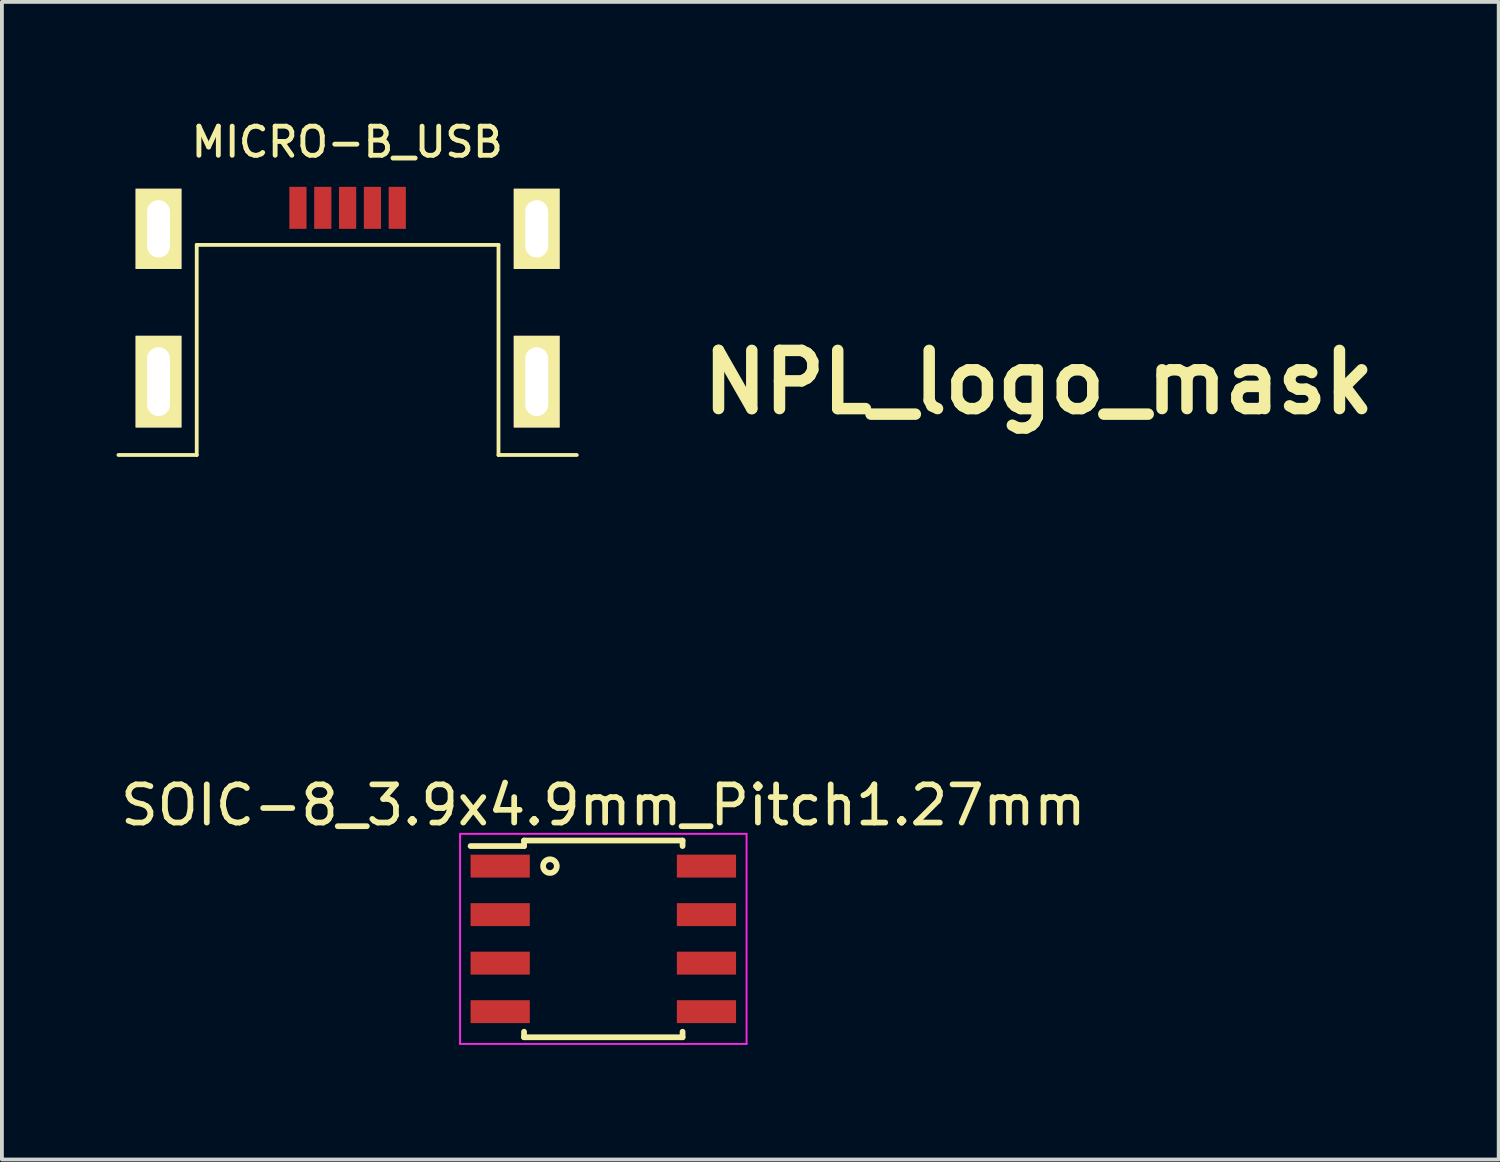
<source format=kicad_pcb>
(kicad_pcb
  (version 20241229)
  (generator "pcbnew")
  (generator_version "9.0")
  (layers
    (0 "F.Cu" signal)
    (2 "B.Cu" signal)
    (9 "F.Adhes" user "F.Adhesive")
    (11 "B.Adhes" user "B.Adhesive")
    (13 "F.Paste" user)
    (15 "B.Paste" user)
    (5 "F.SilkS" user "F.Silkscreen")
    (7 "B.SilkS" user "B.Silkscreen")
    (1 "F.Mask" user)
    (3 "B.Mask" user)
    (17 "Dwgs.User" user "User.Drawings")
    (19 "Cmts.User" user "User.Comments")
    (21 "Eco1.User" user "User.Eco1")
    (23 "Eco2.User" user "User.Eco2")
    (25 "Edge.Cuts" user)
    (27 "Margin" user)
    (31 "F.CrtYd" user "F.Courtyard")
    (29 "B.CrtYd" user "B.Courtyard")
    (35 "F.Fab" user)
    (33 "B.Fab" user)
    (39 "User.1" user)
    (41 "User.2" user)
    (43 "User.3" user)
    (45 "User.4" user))
  (footprint "MICRO-B_USB"
    (layer "F.Cu")
    (at 6.05 2.391)
    (property "Reference" "MICRO-B_USB" (at -0.01 -1.722 0) (layer "F.SilkS") (effects (font (size 0.762 0.762) (thickness 0.127))))
    (attr through_hole)
    (fp_line (start -6 6.47) (end -3.95 6.47) (stroke (width 0.099) (type solid)) (layer "F.SilkS"))
    (fp_line (start -3.95 0.97) (end 3.95 0.97) (stroke (width 0.099) (type solid)) (layer "F.SilkS"))
    (fp_line (start -3.95 6.47) (end -3.95 0.97) (stroke (width 0.099) (type solid)) (layer "F.SilkS"))
    (fp_line (start 3.95 0.97) (end 3.95 6.47) (stroke (width 0.099) (type solid)) (layer "F.SilkS"))
    (fp_line (start 3.95 6.47) (end 6 6.47) (stroke (width 0.099) (type solid)) (layer "F.SilkS"))
    (pad "1" smd rect (at -1.3 0) (size 0.45 1.1) (layers "F.Cu" "F.Mask" "F.Paste"))
    (pad "2" smd rect (at -0.65 0) (size 0.45 1.1) (layers "F.Cu" "F.Mask" "F.Paste"))
    (pad "3" smd rect (at 0 0) (size 0.45 1.1) (layers "F.Cu" "F.Mask" "F.Paste"))
    (pad "4" smd rect (at 0.65 0) (size 0.45 1.1) (layers "F.Cu" "F.Mask" "F.Paste"))
    (pad "5" smd rect (at 1.3 0) (size 0.45 1.1) (layers "F.Cu" "F.Mask" "F.Paste"))
    (pad "6" thru_hole rect (at -4.95 0.55) (size 1.2 2.1) (drill oval 0.6 1.5) (layers "*.Cu" "*.Mask" "F.SilkS"))
    (pad "6" thru_hole rect (at -4.95 4.55) (size 1.2 2.4) (drill oval 0.6 1.8) (layers "*.Cu" "*.Mask" "F.SilkS"))
    (pad "6" thru_hole rect (at 4.95 0.55) (size 1.2 2.1) (drill oval 0.6 1.5) (layers "*.Cu" "*.Mask" "F.SilkS"))
    (pad "6" thru_hole rect (at 4.95 4.55) (size 1.2 2.4) (drill oval 0.6 1.8) (layers "*.Cu" "*.Mask" "F.SilkS")))
  (footprint "NPL_logo_mask"
    (layer "F.Cu")
    (at 24.142 6.957)
    (property "Reference" "NPL_logo_mask" (at 0 0 0) (layer "F.SilkS") (effects (font (size 1.524 1.524) (thickness 0.3))))
    (attr through_hole)
    (fp_poly (pts (xy -3.79 -5.525) (xy -3.909 -4.993) (xy -4.188 -4.667) (xy -4.775 -4.321) (xy -5.056 -4.4) (xy -5.08 -4.545) (xy -4.907 -4.906) (xy -4.49 -5.403) (xy -4.481 -5.411) (xy -4.064 -5.793) (xy -3.874 -5.802) (xy -3.79 -5.525)) (stroke (width 0.01) (type solid)) (fill yes) (layer "F.Mask"))
    (fp_poly (pts (xy 7.219 7.219) (xy -6.952 7.219) (xy -6.952 5.97) (xy -1.042 5.97) (xy -0.983 6.121) (xy -0.828 6.149) (xy -0.823 6.149) (xy -0.584 5.922) (xy -0.319 5.364) (xy -0.28 5.253) (xy 0.017 4.634) (xy 0.458 4.002) (xy 0.928 3.488) (xy 1.314 3.224) (xy 1.46 3.242) (xy 1.461 3.547) (xy 1.327 4.189) (xy 1.197 4.656) (xy 0.971 5.657) (xy 0.999 6.258) (xy 1.259 6.429) (xy 1.729 6.139) (xy 2.031 5.82) (xy 2.368 5.416) (xy 2.357 5.372) (xy 2.028 5.619) (xy 1.686 5.852) (xy 1.613 5.73) (xy 1.739 5.214) (xy 1.933 4.249) (xy 1.949 3.877) (xy 2.596 3.877) (xy 3.807 2.807) (xy 3.615 4.478) (xy 3.548 5.368) (xy 3.572 5.965) (xy 3.663 6.149) (xy 3.97 5.971) (xy 4.494 5.513) (xy 4.86 5.147) (xy 5.657 4.229) (xy 6.147 3.479) (xy 6.288 2.971) (xy 6.229 2.843) (xy 5.863 2.679) (xy 5.647 2.992) (xy 5.615 3.327) (xy 5.442 3.964) (xy 5.019 4.655) (xy 4.955 4.731) (xy 4.295 5.481) (xy 4.286 4.077) (xy 4.255 3.25) (xy 4.141 2.827) (xy 3.896 2.683) (xy 3.753 2.674) (xy 3.235 2.891) (xy 2.912 3.275) (xy 2.596 3.877) (xy 1.949 3.877) (xy 1.968 3.422) (xy 1.845 2.88) (xy 1.715 2.758) (xy 1.355 2.865) (xy 0.832 3.256) (xy 0.715 3.368) (xy 0.005 4.078) (xy 0.401 2.774) (xy 0.68 1.787) (xy 0.772 1.215) (xy 0.67 0.971) (xy 0.369 0.967) (xy 0.286 0.987) (xy -0.078 1.242) (xy -0.095 1.475) (xy -0.099 1.888) (xy -0.232 2.659) (xy -0.467 3.633) (xy -0.515 3.805) (xy -0.821 4.91) (xy -0.992 5.599) (xy -1.042 5.97) (xy -6.952 5.97) (xy -6.952 5.719) (xy -6.938 4.872) (xy -6.861 4.444) (xy -6.666 4.32) (xy -6.314 4.38) (xy -5.632 4.349) (xy -5.219 3.883) (xy -5.114 3.03) (xy -5.125 2.888) (xy -5.148 2.292) (xy -4.949 2.074) (xy -4.379 2.086) (xy -4.328 2.091) (xy -3.412 2.039) (xy -2.907 1.65) (xy -2.795 0.907) (xy -2.839 0.595) (xy -3.014 -0.341) (xy -2.079 -0.165) (xy -1.207 -0.157) (xy -0.715 -0.523) (xy -0.611 -1.258) (xy -0.666 -1.593) (xy -0.743 -2.159) (xy -0.565 -2.376) (xy -0.208 -2.406) (xy 0.431 -2.538) (xy 0.759 -2.737) (xy 1.268 -3.032) (xy 1.494 -3.072) (xy 1.829 -3.29) (xy 2.301 -3.854) (xy 2.741 -4.535) (xy 3.586 -5.996) (xy 2.127 -5.171) (xy 1.363 -4.685) (xy 0.832 -4.243) (xy 0.661 -3.978) (xy 0.435 -3.285) (xy -0.165 -2.958) (xy -0.388 -2.941) (xy -0.986 -2.75) (xy -1.232 -2.169) (xy -1.165 -1.347) (xy -1.094 -0.861) (xy -1.227 -0.641) (xy -1.691 -0.596) (xy -2.175 -0.615) (xy -3.342 -0.668) (xy -3.288 0.501) (xy -3.234 1.67) (xy -4.113 1.527) (xy -4.993 1.492) (xy -5.485 1.784) (xy -5.662 2.471) (xy -5.655 2.956) (xy -5.645 3.655) (xy -5.756 3.935) (xy -6.025 3.91) (xy -6.538 3.763) (xy -6.706 3.743) (xy -6.785 3.487) (xy -6.852 2.766) (xy -6.904 1.648) (xy -6.939 0.202) (xy -6.952 -1.502) (xy -6.952 -1.604) (xy -6.952 -3.478) (xy -6.122 -3.478) (xy -5.93 -3.146) (xy -5.766 -2.96) (xy -5.202 -2.498) (xy -4.66 -2.491) (xy -3.99 -2.94) (xy -3.973 -2.954) (xy -3.597 -3.295) (xy -3.624 -3.333) (xy -3.908 -3.179) (xy -4.545 -2.994) (xy -5.087 -3.115) (xy -5.345 -3.493) (xy -5.347 -3.547) (xy -5.12 -3.861) (xy -4.558 -4.184) (xy -4.412 -4.241) (xy -3.591 -4.67) (xy -3.164 -5.177) (xy -3.181 -5.681) (xy -3.373 -5.908) (xy -3.939 -6.069) (xy -4.614 -5.801) (xy -5.293 -5.165) (xy -5.74 -4.489) (xy -6.06 -3.856) (xy -6.122 -3.478) (xy -6.952 -3.478) (xy -6.952 -6.952) (xy 7.219 -6.952) (xy 7.219 7.219)) (stroke (width 0.01) (type solid)) (fill yes) (layer "F.Mask")))
  (footprint "SOIC-8_3.9x4.9mm_Pitch1.27mm"
    (layer "F.Cu")
    (at 12.744 21.529)
    (property "Reference" "SOIC-8_3.9x4.9mm_Pitch1.27mm" (at 0 -3.5 0) (layer "F.SilkS") (effects (font (size 1 1) (thickness 0.15))))
    (attr smd)
    (fp_line (start -2.075 -2.575) (end -2.075 -2.43) (stroke (width 0.15) (type solid)) (layer "F.SilkS"))
    (fp_line (start -2.075 -2.575) (end 2.075 -2.575) (stroke (width 0.15) (type solid)) (layer "F.SilkS"))
    (fp_line (start -2.075 -2.43) (end -3.475 -2.43) (stroke (width 0.15) (type solid)) (layer "F.SilkS"))
    (fp_line (start -2.075 2.575) (end -2.075 2.43) (stroke (width 0.15) (type solid)) (layer "F.SilkS"))
    (fp_line (start -2.075 2.575) (end 2.075 2.575) (stroke (width 0.15) (type solid)) (layer "F.SilkS"))
    (fp_line (start 2.075 -2.575) (end 2.075 -2.43) (stroke (width 0.15) (type solid)) (layer "F.SilkS"))
    (fp_line (start 2.075 2.575) (end 2.075 2.43) (stroke (width 0.15) (type solid)) (layer "F.SilkS"))
    (fp_circle (center -1.397 -1.905) (end -1.27 -1.778) (stroke (width 0.15) (type solid)) (fill no) (layer "F.SilkS"))
    (fp_line (start -3.75 -2.75) (end -3.75 2.75) (stroke (width 0.05) (type solid)) (layer "F.CrtYd"))
    (fp_line (start -3.75 -2.75) (end 3.75 -2.75) (stroke (width 0.05) (type solid)) (layer "F.CrtYd"))
    (fp_line (start -3.75 2.75) (end 3.75 2.75) (stroke (width 0.05) (type solid)) (layer "F.CrtYd"))
    (fp_line (start 3.75 -2.75) (end 3.75 2.75) (stroke (width 0.05) (type solid)) (layer "F.CrtYd"))
    (pad "1" smd rect (at -2.7 -1.905) (size 1.55 0.6) (layers "F.Cu" "F.Mask" "F.Paste"))
    (pad "2" smd rect (at -2.7 -0.635) (size 1.55 0.6) (layers "F.Cu" "F.Mask" "F.Paste"))
    (pad "3" smd rect (at -2.7 0.635) (size 1.55 0.6) (layers "F.Cu" "F.Mask" "F.Paste"))
    (pad "4" smd rect (at -2.7 1.905) (size 1.55 0.6) (layers "F.Cu" "F.Mask" "F.Paste"))
    (pad "5" smd rect (at 2.7 1.905) (size 1.55 0.6) (layers "F.Cu" "F.Mask" "F.Paste"))
    (pad "6" smd rect (at 2.7 0.635) (size 1.55 0.6) (layers "F.Cu" "F.Mask" "F.Paste"))
    (pad "7" smd rect (at 2.7 -0.635) (size 1.55 0.6) (layers "F.Cu" "F.Mask" "F.Paste"))
    (pad "8" smd rect (at 2.7 -1.905) (size 1.55 0.6) (layers "F.Cu" "F.Mask" "F.Paste")))
  (gr_rect
    (start -3 -3)
    (end 36.184 27.304)
    (stroke (width 0.1) (type default))
    (fill no)
    (layer "Edge.Cuts")))
</source>
